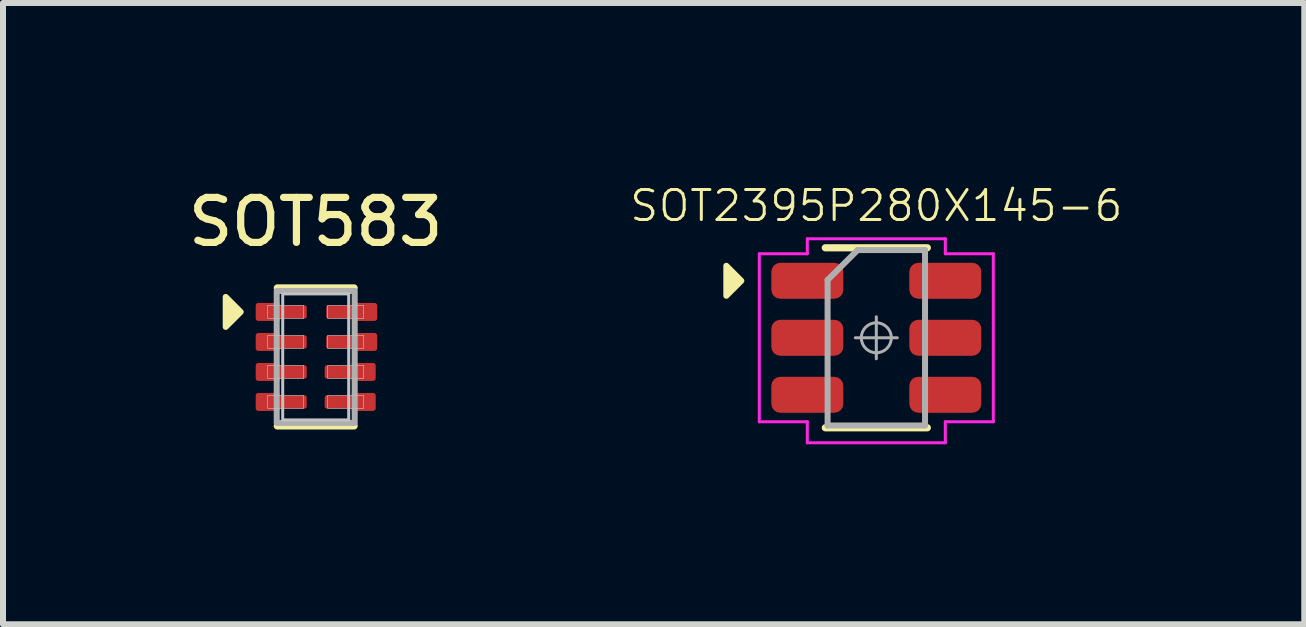
<source format=kicad_pcb>
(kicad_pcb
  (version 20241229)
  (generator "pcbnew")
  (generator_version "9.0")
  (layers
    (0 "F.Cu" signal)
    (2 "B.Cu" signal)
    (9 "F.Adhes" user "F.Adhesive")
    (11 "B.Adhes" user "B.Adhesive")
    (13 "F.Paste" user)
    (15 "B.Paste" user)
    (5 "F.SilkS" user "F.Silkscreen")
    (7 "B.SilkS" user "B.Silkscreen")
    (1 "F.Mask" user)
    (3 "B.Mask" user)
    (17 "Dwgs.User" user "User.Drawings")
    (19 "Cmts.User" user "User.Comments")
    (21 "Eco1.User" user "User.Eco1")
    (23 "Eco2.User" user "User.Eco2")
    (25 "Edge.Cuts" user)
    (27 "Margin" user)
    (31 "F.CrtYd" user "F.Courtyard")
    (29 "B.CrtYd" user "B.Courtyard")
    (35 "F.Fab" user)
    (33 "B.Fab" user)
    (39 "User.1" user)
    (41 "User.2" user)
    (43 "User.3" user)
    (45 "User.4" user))
  (footprint "SOT583"
    (layer "F.Cu")
    (at 2.212 2.899)
    (property "Reference" "SOT583" (at 0 -2.25 0) (unlocked yes) (layer "F.SilkS") (effects (font (size 0.75 0.75) (thickness 0.12))))
    (attr smd)
    (fp_line (start 0.64 -1.15) (end -0.64 -1.15) (stroke (width 0.12) (type solid)) (layer "F.SilkS"))
    (fp_line (start 0.64 1.15) (end -0.64 1.15) (stroke (width 0.12) (type solid)) (layer "F.SilkS"))
    (fp_poly (pts (xy -1.25 -0.75) (xy -1.5 -0.5) (xy -1.5 -1)) (stroke (width 0.1) (type solid)) (fill yes) (layer "F.SilkS"))
    (fp_rect (start -0.8 -0.86) (end -0.2 -0.64) (stroke (width 0.01) (type solid)) (fill no) (layer "Dwgs.User"))
    (fp_rect (start -0.8 -0.36) (end -0.2 -0.14) (stroke (width 0.01) (type solid)) (fill no) (layer "Dwgs.User"))
    (fp_rect (start -0.8 0.14) (end -0.2 0.36) (stroke (width 0.01) (type solid)) (fill no) (layer "Dwgs.User"))
    (fp_rect (start -0.8 0.64) (end -0.2 0.86) (stroke (width 0.01) (type solid)) (fill no) (layer "Dwgs.User"))
    (fp_rect (start -0.55 -1.05) (end 0.55 1.05) (stroke (width 0.05) (type solid)) (fill no) (layer "Dwgs.User"))
    (fp_rect (start 0.2 -0.86) (end 0.8 -0.64) (stroke (width 0.01) (type solid)) (fill no) (layer "Dwgs.User"))
    (fp_rect (start 0.2 -0.36) (end 0.8 -0.14) (stroke (width 0.01) (type solid)) (fill no) (layer "Dwgs.User"))
    (fp_rect (start 0.2 0.14) (end 0.8 0.36) (stroke (width 0.01) (type solid)) (fill no) (layer "Dwgs.User"))
    (fp_rect (start 0.2 0.64) (end 0.8 0.86) (stroke (width 0.01) (type solid)) (fill no) (layer "Dwgs.User"))
    (fp_rect (start -0.65 -1.1) (end 0.65 1.1) (stroke (width 0.1) (type solid)) (fill no) (layer "F.Fab"))
    (pad "1" smd custom (at -0.575 -0.75) (size 0.22 0.22) (layers "F.Cu" "F.Mask" "F.Paste") (options (anchor circle)) (primitives (gr_poly (pts (xy -0.425 -0.077) (xy -0.422 -0.09) (xy -0.415 -0.1) (xy -0.405 -0.107) (xy -0.392 -0.11) (xy 0.392 -0.11) (xy 0.405 -0.107) (xy 0.415 -0.1) (xy 0.422 -0.09) (xy 0.425 -0.077) (xy 0.425 0.077) (xy 0.422 0.09) (xy 0.415 0.1) (xy 0.405 0.107) (xy 0.392 0.11) (xy -0.392 0.11) (xy -0.405 0.107) (xy -0.415 0.1) (xy -0.422 0.09) (xy -0.425 0.077)) (width 0) (fill yes)) (gr_circle (center -0.385 0.11) (end -0.425 0.11) (width 0) (fill yes)) (gr_circle (center -0.385 -0.11) (end -0.425 -0.11) (width 0) (fill yes)) (gr_poly (pts (xy -0.425 0.11) (xy -0.425 -0.11) (xy -0.385 -0.15) (xy -0.025 -0.15) (xy -0.025 0.15) (xy -0.385 0.15)) (width 0) (fill yes))))
    (pad "2" smd custom (at -0.575 -0.25) (size 0.22 0.22) (layers "F.Cu" "F.Mask" "F.Paste") (options (anchor circle)) (primitives (gr_poly (pts (xy -0.425 -0.077) (xy -0.422 -0.09) (xy -0.415 -0.1) (xy -0.405 -0.107) (xy -0.392 -0.11) (xy 0.392 -0.11) (xy 0.405 -0.107) (xy 0.415 -0.1) (xy 0.422 -0.09) (xy 0.425 -0.077) (xy 0.425 0.077) (xy 0.422 0.09) (xy 0.415 0.1) (xy 0.405 0.107) (xy 0.392 0.11) (xy -0.392 0.11) (xy -0.405 0.107) (xy -0.415 0.1) (xy -0.422 0.09) (xy -0.425 0.077)) (width 0) (fill yes)) (gr_circle (center -0.385 0.11) (end -0.425 0.11) (width 0) (fill yes)) (gr_circle (center -0.385 -0.11) (end -0.425 -0.11) (width 0) (fill yes)) (gr_poly (pts (xy -0.425 0.11) (xy -0.425 -0.11) (xy -0.385 -0.15) (xy -0.025 -0.15) (xy -0.025 0.15) (xy -0.385 0.15)) (width 0) (fill yes))))
    (pad "3" smd custom (at -0.575 0.25) (size 0.22 0.22) (layers "F.Cu" "F.Mask" "F.Paste") (options (anchor circle)) (primitives (gr_poly (pts (xy -0.425 -0.077) (xy -0.422 -0.09) (xy -0.415 -0.1) (xy -0.405 -0.107) (xy -0.392 -0.11) (xy 0.392 -0.11) (xy 0.405 -0.107) (xy 0.415 -0.1) (xy 0.422 -0.09) (xy 0.425 -0.077) (xy 0.425 0.077) (xy 0.422 0.09) (xy 0.415 0.1) (xy 0.405 0.107) (xy 0.392 0.11) (xy -0.392 0.11) (xy -0.405 0.107) (xy -0.415 0.1) (xy -0.422 0.09) (xy -0.425 0.077)) (width 0) (fill yes)) (gr_circle (center -0.385 0.11) (end -0.425 0.11) (width 0) (fill yes)) (gr_circle (center -0.385 -0.11) (end -0.425 -0.11) (width 0) (fill yes)) (gr_poly (pts (xy -0.425 0.11) (xy -0.425 -0.11) (xy -0.385 -0.15) (xy -0.025 -0.15) (xy -0.025 0.15) (xy -0.385 0.15)) (width 0) (fill yes))))
    (pad "4" smd custom (at -0.575 0.75) (size 0.22 0.22) (layers "F.Cu" "F.Mask" "F.Paste") (options (anchor circle)) (primitives (gr_poly (pts (xy -0.425 -0.077) (xy -0.422 -0.09) (xy -0.415 -0.1) (xy -0.405 -0.107) (xy -0.392 -0.11) (xy 0.392 -0.11) (xy 0.405 -0.107) (xy 0.415 -0.1) (xy 0.422 -0.09) (xy 0.425 -0.077) (xy 0.425 0.077) (xy 0.422 0.09) (xy 0.415 0.1) (xy 0.405 0.107) (xy 0.392 0.11) (xy -0.392 0.11) (xy -0.405 0.107) (xy -0.415 0.1) (xy -0.422 0.09) (xy -0.425 0.077)) (width 0) (fill yes)) (gr_circle (center -0.385 0.11) (end -0.425 0.11) (width 0) (fill yes)) (gr_circle (center -0.385 -0.11) (end -0.425 -0.11) (width 0) (fill yes)) (gr_poly (pts (xy -0.425 0.11) (xy -0.425 -0.11) (xy -0.385 -0.15) (xy -0.025 -0.15) (xy -0.025 0.15) (xy -0.385 0.15)) (width 0) (fill yes))))
    (pad "5" smd custom (at 0.575 0.75 180) (size 0.22 0.22) (layers "F.Cu" "F.Mask" "F.Paste") (options (anchor circle)) (primitives (gr_poly (pts (xy -0.425 -0.077) (xy -0.422 -0.09) (xy -0.415 -0.1) (xy -0.405 -0.107) (xy -0.392 -0.11) (xy 0.392 -0.11) (xy 0.405 -0.107) (xy 0.415 -0.1) (xy 0.422 -0.09) (xy 0.425 -0.077) (xy 0.425 0.077) (xy 0.422 0.09) (xy 0.415 0.1) (xy 0.405 0.107) (xy 0.392 0.11) (xy -0.392 0.11) (xy -0.405 0.107) (xy -0.415 0.1) (xy -0.422 0.09) (xy -0.425 0.077)) (width 0) (fill yes)) (gr_circle (center -0.385 0.11) (end -0.425 0.11) (width 0) (fill yes)) (gr_circle (center -0.385 -0.11) (end -0.425 -0.11) (width 0) (fill yes)) (gr_poly (pts (xy -0.425 0.11) (xy -0.425 -0.11) (xy -0.385 -0.15) (xy -0.025 -0.15) (xy -0.025 0.15) (xy -0.385 0.15)) (width 0) (fill yes))))
    (pad "6" smd custom (at 0.575 0.25 180) (size 0.22 0.22) (layers "F.Cu" "F.Mask" "F.Paste") (options (anchor circle)) (primitives (gr_poly (pts (xy -0.425 -0.077) (xy -0.422 -0.09) (xy -0.415 -0.1) (xy -0.405 -0.107) (xy -0.392 -0.11) (xy 0.392 -0.11) (xy 0.405 -0.107) (xy 0.415 -0.1) (xy 0.422 -0.09) (xy 0.425 -0.077) (xy 0.425 0.077) (xy 0.422 0.09) (xy 0.415 0.1) (xy 0.405 0.107) (xy 0.392 0.11) (xy -0.392 0.11) (xy -0.405 0.107) (xy -0.415 0.1) (xy -0.422 0.09) (xy -0.425 0.077)) (width 0) (fill yes)) (gr_circle (center -0.385 0.11) (end -0.425 0.11) (width 0) (fill yes)) (gr_circle (center -0.385 -0.11) (end -0.425 -0.11) (width 0) (fill yes)) (gr_poly (pts (xy -0.425 0.11) (xy -0.425 -0.11) (xy -0.385 -0.15) (xy -0.025 -0.15) (xy -0.025 0.15) (xy -0.385 0.15)) (width 0) (fill yes))))
    (pad "7" smd custom (at 0.6 -0.25 180) (size 0.22 0.22) (layers "F.Cu" "F.Mask" "F.Paste") (options (anchor circle)) (primitives (gr_poly (pts (xy -0.425 -0.077) (xy -0.422 -0.09) (xy -0.415 -0.1) (xy -0.405 -0.107) (xy -0.392 -0.11) (xy 0.392 -0.11) (xy 0.405 -0.107) (xy 0.415 -0.1) (xy 0.422 -0.09) (xy 0.425 -0.077) (xy 0.425 0.077) (xy 0.422 0.09) (xy 0.415 0.1) (xy 0.405 0.107) (xy 0.392 0.11) (xy -0.392 0.11) (xy -0.405 0.107) (xy -0.415 0.1) (xy -0.422 0.09) (xy -0.425 0.077)) (width 0) (fill yes)) (gr_circle (center -0.385 0.11) (end -0.425 0.11) (width 0) (fill yes)) (gr_circle (center -0.385 -0.11) (end -0.425 -0.11) (width 0) (fill yes)) (gr_poly (pts (xy -0.425 0.11) (xy -0.425 -0.11) (xy -0.385 -0.15) (xy -0.025 -0.15) (xy -0.025 0.15) (xy -0.385 0.15)) (width 0) (fill yes))))
    (pad "8" smd custom (at 0.6 -0.75 180) (size 0.22 0.22) (layers "F.Cu" "F.Mask" "F.Paste") (options (anchor circle)) (primitives (gr_poly (pts (xy -0.425 -0.077) (xy -0.422 -0.09) (xy -0.415 -0.1) (xy -0.405 -0.107) (xy -0.392 -0.11) (xy 0.392 -0.11) (xy 0.405 -0.107) (xy 0.415 -0.1) (xy 0.422 -0.09) (xy 0.425 -0.077) (xy 0.425 0.077) (xy 0.422 0.09) (xy 0.415 0.1) (xy 0.405 0.107) (xy 0.392 0.11) (xy -0.392 0.11) (xy -0.405 0.107) (xy -0.415 0.1) (xy -0.422 0.09) (xy -0.425 0.077)) (width 0) (fill yes)) (gr_circle (center -0.385 0.11) (end -0.425 0.11) (width 0) (fill yes)) (gr_circle (center -0.385 -0.11) (end -0.425 -0.11) (width 0) (fill yes)) (gr_poly (pts (xy -0.425 0.11) (xy -0.425 -0.11) (xy -0.385 -0.15) (xy -0.025 -0.15) (xy -0.025 0.15) (xy -0.385 0.15)) (width 0) (fill yes)))))
  (footprint "SOT2395P280X145-6"
    (layer "F.Cu")
    (at 11.556 2.58)
    (property "Reference" "SOT2395P280X145-6" (at 0 -2.2 0) (layer "F.SilkS") (effects (font (size 0.5 0.5) (thickness 0.05))))
    (attr smd)
    (fp_line (start -0.85 -1.5) (end 0.85 -1.5) (stroke (width 0.12) (type solid)) (layer "F.SilkS"))
    (fp_line (start 0.85 1.5) (end -0.85 1.5) (stroke (width 0.12) (type solid)) (layer "F.SilkS"))
    (fp_poly (pts (xy -2.25 -0.95) (xy -2.5 -0.7) (xy -2.5 -1.2)) (stroke (width 0.1) (type solid)) (fill yes) (layer "F.SilkS"))
    (fp_line (start -1.95 -1.4) (end -1.95 1.4) (stroke (width 0.05) (type solid)) (layer "F.CrtYd"))
    (fp_line (start -1.95 1.4) (end -1.15 1.4) (stroke (width 0.05) (type solid)) (layer "F.CrtYd"))
    (fp_line (start -1.15 -1.65) (end -1.15 -1.4) (stroke (width 0.05) (type solid)) (layer "F.CrtYd"))
    (fp_line (start -1.15 -1.4) (end -1.95 -1.4) (stroke (width 0.05) (type solid)) (layer "F.CrtYd"))
    (fp_line (start -1.15 1.4) (end -1.15 1.75) (stroke (width 0.05) (type solid)) (layer "F.CrtYd"))
    (fp_line (start -1.15 1.75) (end 1.15 1.75) (stroke (width 0.05) (type solid)) (layer "F.CrtYd"))
    (fp_line (start 1.15 -1.65) (end -1.15 -1.65) (stroke (width 0.05) (type solid)) (layer "F.CrtYd"))
    (fp_line (start 1.15 -1.4) (end 1.15 -1.65) (stroke (width 0.05) (type solid)) (layer "F.CrtYd"))
    (fp_line (start 1.15 1.4) (end 1.95 1.4) (stroke (width 0.05) (type solid)) (layer "F.CrtYd"))
    (fp_line (start 1.15 1.75) (end 1.15 1.4) (stroke (width 0.05) (type solid)) (layer "F.CrtYd"))
    (fp_line (start 1.95 -1.4) (end 1.15 -1.4) (stroke (width 0.05) (type solid)) (layer "F.CrtYd"))
    (fp_line (start 1.95 -1.4) (end 1.95 1.4) (stroke (width 0.05) (type solid)) (layer "F.CrtYd"))
    (fp_line (start -0.812 -0.963) (end -0.312 -1.462) (stroke (width 0.1) (type solid)) (layer "F.Fab"))
    (fp_line (start -0.812 1.462) (end -0.812 -0.963) (stroke (width 0.1) (type solid)) (layer "F.Fab"))
    (fp_line (start -0.312 -1.462) (end 0.812 -1.462) (stroke (width 0.1) (type solid)) (layer "F.Fab"))
    (fp_line (start 0 -0.35) (end 0 0.35) (stroke (width 0.05) (type solid)) (layer "F.Fab"))
    (fp_line (start 0.35 0) (end -0.35 0) (stroke (width 0.05) (type solid)) (layer "F.Fab"))
    (fp_line (start 0.812 -1.462) (end 0.812 1.462) (stroke (width 0.1) (type solid)) (layer "F.Fab"))
    (fp_line (start 0.812 1.462) (end -0.812 1.462) (stroke (width 0.1) (type solid)) (layer "F.Fab"))
    (fp_circle (center 0 0) (end 0 0.25) (stroke (width 0.05) (type solid)) (fill no) (layer "F.Fab"))
    (pad "1" smd roundrect (at -1.15 -0.95) (size 1.2 0.6) (layers "F.Cu" "F.Mask" "F.Paste") (roundrect_rratio 0.25))
    (pad "2" smd roundrect (at -1.15 0) (size 1.2 0.6) (layers "F.Cu" "F.Mask" "F.Paste") (roundrect_rratio 0.25))
    (pad "3" smd roundrect (at -1.15 0.95) (size 1.2 0.6) (layers "F.Cu" "F.Mask" "F.Paste") (roundrect_rratio 0.25))
    (pad "4" smd roundrect (at 1.15 0.95) (size 1.2 0.6) (layers "F.Cu" "F.Mask" "F.Paste") (roundrect_rratio 0.25))
    (pad "5" smd roundrect (at 1.15 0) (size 1.2 0.6) (layers "F.Cu" "F.Mask" "F.Paste") (roundrect_rratio 0.25))
    (pad "6" smd roundrect (at 1.15 -0.95) (size 1.2 0.6) (layers "F.Cu" "F.Mask" "F.Paste") (roundrect_rratio 0.25)))
  (gr_rect
    (start -3 -3)
    (end 18.689 7.355)
    (stroke (width 0.1) (type default))
    (fill no)
    (layer "Edge.Cuts")))
</source>
